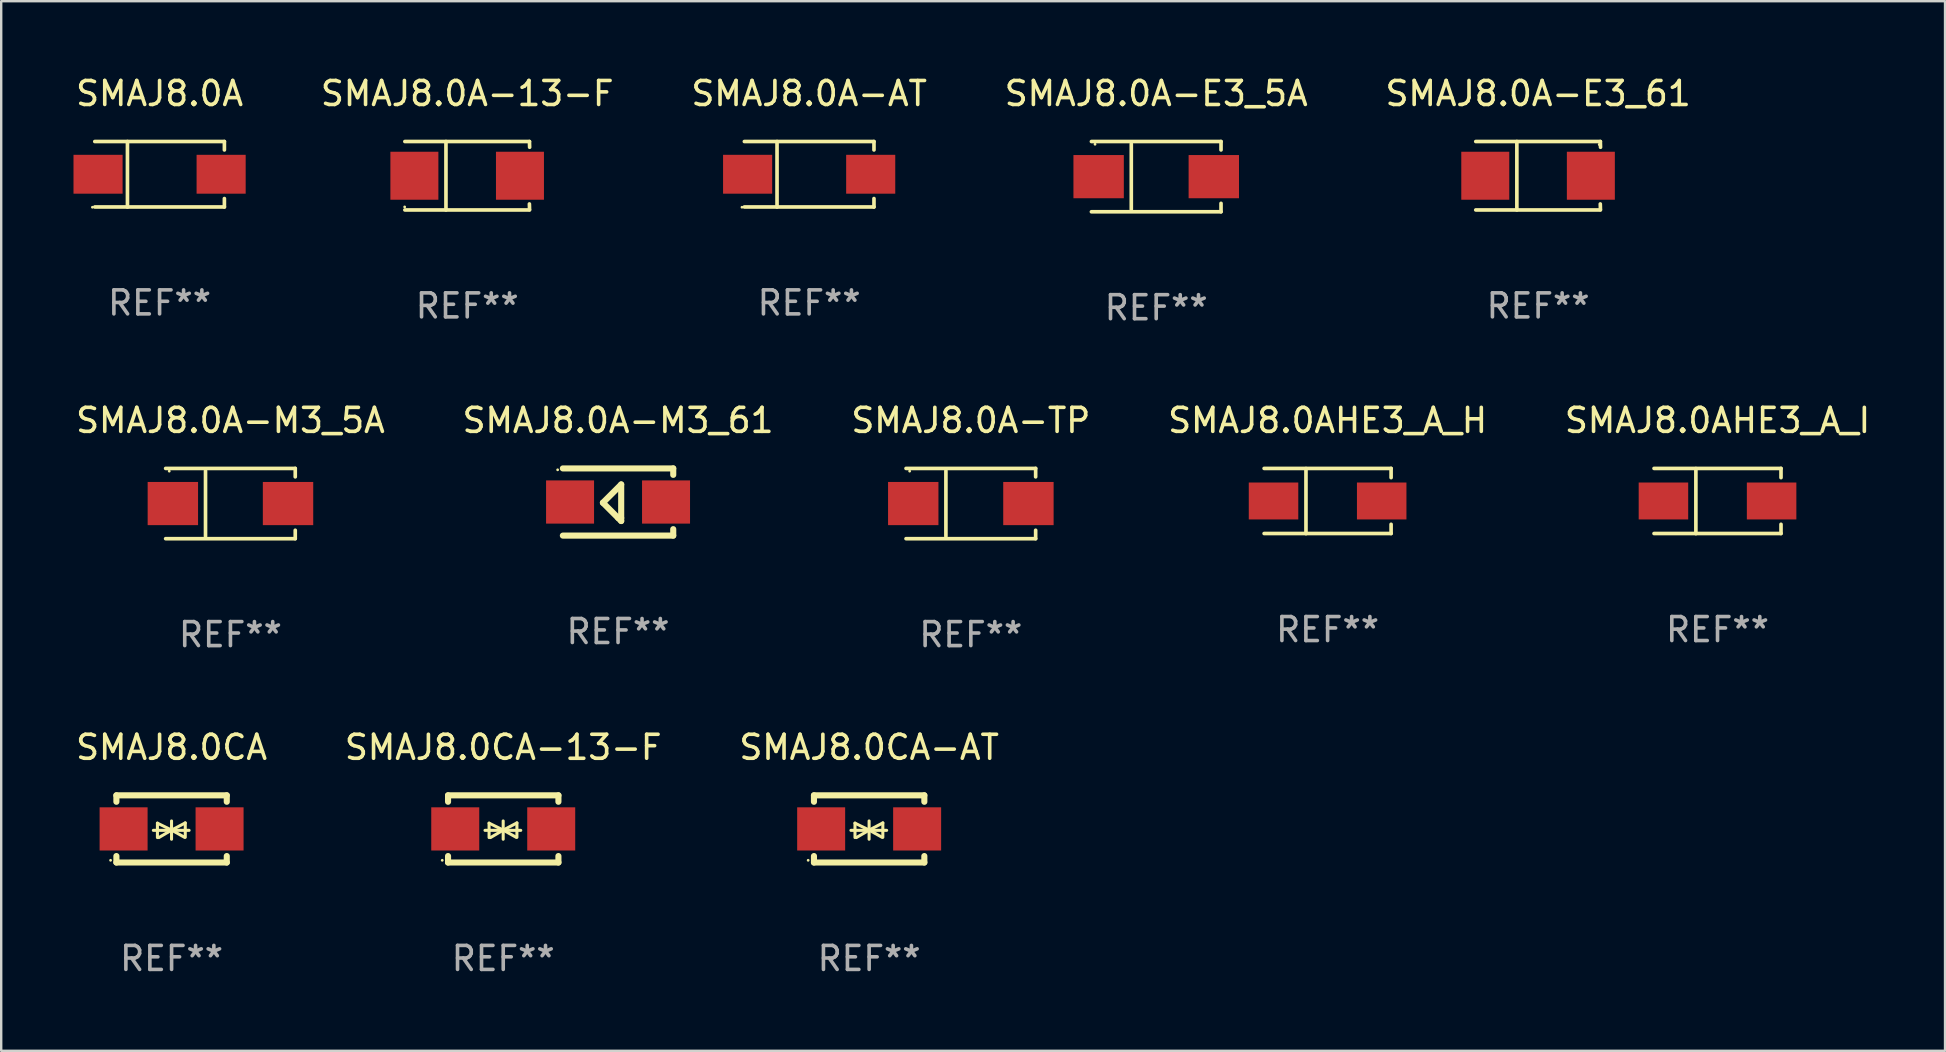
<source format=kicad_pcb>
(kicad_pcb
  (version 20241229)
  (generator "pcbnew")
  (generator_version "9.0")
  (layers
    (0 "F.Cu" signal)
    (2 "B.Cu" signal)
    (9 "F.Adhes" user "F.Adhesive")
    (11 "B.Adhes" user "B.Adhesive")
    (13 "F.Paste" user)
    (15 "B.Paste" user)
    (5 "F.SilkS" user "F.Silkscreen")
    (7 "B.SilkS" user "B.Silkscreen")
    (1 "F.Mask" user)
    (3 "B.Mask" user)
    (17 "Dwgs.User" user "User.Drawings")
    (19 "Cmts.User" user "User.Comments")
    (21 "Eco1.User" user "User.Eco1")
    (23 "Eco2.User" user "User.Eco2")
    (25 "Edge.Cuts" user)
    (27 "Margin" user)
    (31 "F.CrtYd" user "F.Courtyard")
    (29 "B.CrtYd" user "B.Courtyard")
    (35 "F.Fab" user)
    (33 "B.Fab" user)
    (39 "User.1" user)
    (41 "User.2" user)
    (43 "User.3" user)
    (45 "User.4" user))
  (footprint "SMAJ8.0CA"
    (layer "F.Cu")
    (at 4.101 31.496)
    (property "Reference" "SMAJ8.0CA" (at 0 -3.4 0) (layer "F.SilkS") (effects (font (size 1 1) (thickness 0.15))))
    (attr through_hole)
    (fp_line (start -2.3 -1.4) (end -2.3 -1.131) (stroke (width 0.254) (type solid)) (layer "F.SilkS"))
    (fp_line (start -2.3 -1.4) (end 2.3 -1.4) (stroke (width 0.254) (type solid)) (layer "F.SilkS"))
    (fp_line (start -2.3 1.131) (end -2.3 1.4) (stroke (width 0.254) (type solid)) (layer "F.SilkS"))
    (fp_line (start -2.3 1.4) (end 2.3 1.4) (stroke (width 0.254) (type solid)) (layer "F.SilkS"))
    (fp_line (start -0.76 0.06) (end 0.73 0.06) (stroke (width 0.127) (type solid)) (layer "F.SilkS"))
    (fp_line (start -0.59 -0.24) (end -0.59 0.36) (stroke (width 0.127) (type solid)) (layer "F.SilkS"))
    (fp_line (start -0.59 -0.24) (end -0.002 0.049) (stroke (width 0.127) (type solid)) (layer "F.SilkS"))
    (fp_line (start -0.53 0.36) (end -0.002 0.049) (stroke (width 0.127) (type solid)) (layer "F.SilkS"))
    (fp_line (start -0.002 0.049) (end -0.002 -0.332) (stroke (width 0.127) (type solid)) (layer "F.SilkS"))
    (fp_line (start -0.002 0.049) (end -0.002 0.43) (stroke (width 0.127) (type solid)) (layer "F.SilkS"))
    (fp_line (start 0.54 0.35) (end -0.002 0.049) (stroke (width 0.127) (type solid)) (layer "F.SilkS"))
    (fp_line (start 0.57 -0.25) (end -0.002 0.049) (stroke (width 0.127) (type solid)) (layer "F.SilkS"))
    (fp_line (start 0.57 -0.25) (end 0.57 0.35) (stroke (width 0.127) (type solid)) (layer "F.SilkS"))
    (fp_line (start 2.3 -1.4) (end 2.3 -1.131) (stroke (width 0.254) (type solid)) (layer "F.SilkS"))
    (fp_line (start 2.3 1.131) (end 2.3 1.4) (stroke (width 0.254) (type solid)) (layer "F.SilkS"))
    (fp_circle (center -2.542 1.308) (end -2.512 1.308) (stroke (width 0.06) (type solid)) (fill no) (layer "F.SilkS"))
    (fp_text user "REF**" (at 0 5.4 0) (layer "F.Fab") (effects (font (size 1 1) (thickness 0.15))))
    (pad "1" smd rect (at -2 0) (size 2 1.8) (layers "F.Cu" "F.Mask" "F.Paste"))
    (pad "2" smd rect (at 2 0) (size 2 1.8) (layers "F.Cu" "F.Mask" "F.Paste")))
  (footprint "SMAJ8.0A-M3_61"
    (layer "F.Cu")
    (at 22.708 17.872)
    (property "Reference" "SMAJ8.0A-M3_61" (at 0 -3.4 0) (layer "F.SilkS") (effects (font (size 1 1) (thickness 0.15))))
    (attr through_hole)
    (fp_line (start -2.3 -1.4) (end 2.3 -1.4) (stroke (width 0.254) (type solid)) (layer "F.SilkS"))
    (fp_line (start -2.3 1.4) (end 2.3 1.4) (stroke (width 0.254) (type solid)) (layer "F.SilkS"))
    (fp_line (start -0.631 0.03) (end 0.131 -0.732) (stroke (width 0.254) (type solid)) (layer "F.SilkS"))
    (fp_line (start 0.004 0.665) (end -0.631 0.03) (stroke (width 0.254) (type solid)) (layer "F.SilkS"))
    (fp_line (start 0.131 -0.732) (end 0.131 0.665) (stroke (width 0.254) (type solid)) (layer "F.SilkS"))
    (fp_line (start 0.131 0.665) (end 0.131 0.792) (stroke (width 0.254) (type solid)) (layer "F.SilkS"))
    (fp_line (start 0.131 0.792) (end 0.004 0.665) (stroke (width 0.254) (type solid)) (layer "F.SilkS"))
    (fp_line (start 2.3 -1.4) (end 2.3 -1.131) (stroke (width 0.254) (type solid)) (layer "F.SilkS"))
    (fp_line (start 2.3 1.131) (end 2.3 1.4) (stroke (width 0.254) (type solid)) (layer "F.SilkS"))
    (fp_circle (center -2.517 -1.342) (end -2.487 -1.342) (stroke (width 0.06) (type solid)) (fill no) (layer "F.SilkS"))
    (fp_text user "REF**" (at 0 5.4 0) (layer "F.Fab") (effects (font (size 1 1) (thickness 0.15))))
    (pad "1" smd rect (at -2 -0.000127) (size 2 1.8) (layers "F.Cu" "F.Mask" "F.Paste"))
    (pad "2" smd rect (at 2 -0.000127) (size 2 1.8) (layers "F.Cu" "F.Mask" "F.Paste")))
  (footprint "SMAJ8.0A-E3_61"
    (layer "F.Cu")
    (at 61.054 4.274)
    (property "Reference" "SMAJ8.0A-E3_61" (at 0 -3.426 0) (layer "F.SilkS") (effects (font (size 1 1) (thickness 0.15))))
    (attr through_hole)
    (fp_line (start -2.6 -1.426) (end 2.593 -1.426) (stroke (width 0.152) (type solid)) (layer "F.SilkS"))
    (fp_line (start -2.6 1.426) (end 2.593 1.426) (stroke (width 0.152) (type solid)) (layer "F.SilkS"))
    (fp_line (start -0.887 -1.426) (end -0.887 1.426) (stroke (width 0.152) (type solid)) (layer "F.SilkS"))
    (fp_line (start 2.59 1.176) (end 2.597 1.415) (stroke (width 0.152) (type solid)) (layer "F.SilkS"))
    (fp_line (start 2.593 -1.426) (end 2.6 -1.187) (stroke (width 0.152) (type solid)) (layer "F.SilkS"))
    (fp_circle (center 2.547 -1.3) (end 2.577 -1.3) (stroke (width 0.06) (type solid)) (fill no) (layer "F.SilkS"))
    (fp_text user "REF**" (at 0 5.426 0) (layer "F.Fab") (effects (font (size 1 1) (thickness 0.15))))
    (pad "1" smd rect (at 2.197 -0.000025 180) (size 2 2) (layers "F.Cu" "F.Mask" "F.Paste"))
    (pad "2" smd rect (at -2.203 -0.000025 180) (size 2 2) (layers "F.Cu" "F.Mask" "F.Paste")))
  (footprint "SMAJ8.0A-AT"
    (layer "F.Cu")
    (at 30.673 4.212)
    (property "Reference" "SMAJ8.0A-AT" (at 0 -3.364 0) (layer "F.SilkS") (effects (font (size 1 1) (thickness 0.15))))
    (attr through_hole)
    (fp_line (start -2.701 -1.364) (end 2.701 -1.364) (stroke (width 0.152) (type solid)) (layer "F.SilkS"))
    (fp_line (start -2.701 1.364) (end 2.701 1.364) (stroke (width 0.152) (type solid)) (layer "F.SilkS"))
    (fp_line (start -1.339 -1.364) (end -1.339 1.364) (stroke (width 0.152) (type solid)) (layer "F.SilkS"))
    (fp_line (start 2.701 -1.364) (end 2.701 -1.013) (stroke (width 0.152) (type solid)) (layer "F.SilkS"))
    (fp_line (start 2.701 1.364) (end 2.701 1.013) (stroke (width 0.152) (type solid)) (layer "F.SilkS"))
    (fp_circle (center -2.8 1.375) (end -2.77 1.375) (stroke (width 0.06) (type solid)) (fill no) (layer "F.SilkS"))
    (fp_text user "REF**" (at 0 5.364 0) (layer "F.Fab") (effects (font (size 1 1) (thickness 0.15))))
    (pad "1" smd rect (at -2.565 -0.000025) (size 2.046 1.62) (layers "F.Cu" "F.Mask" "F.Paste"))
    (pad "2" smd rect (at 2.565 -0.000025) (size 2.046 1.62) (layers "F.Cu" "F.Mask" "F.Paste")))
  (footprint "SMAJ8.0CA-AT"
    (layer "F.Cu")
    (at 33.173 31.496)
    (property "Reference" "SMAJ8.0CA-AT" (at 0 -3.4 0) (layer "F.SilkS") (effects (font (size 1 1) (thickness 0.15))))
    (attr through_hole)
    (fp_line (start -2.3 -1.4) (end -2.3 -1.131) (stroke (width 0.254) (type solid)) (layer "F.SilkS"))
    (fp_line (start -2.3 -1.4) (end 2.3 -1.4) (stroke (width 0.254) (type solid)) (layer "F.SilkS"))
    (fp_line (start -2.3 1.131) (end -2.3 1.4) (stroke (width 0.254) (type solid)) (layer "F.SilkS"))
    (fp_line (start -2.3 1.4) (end 2.3 1.4) (stroke (width 0.254) (type solid)) (layer "F.SilkS"))
    (fp_line (start -0.76 0.06) (end 0.73 0.06) (stroke (width 0.127) (type solid)) (layer "F.SilkS"))
    (fp_line (start -0.59 -0.24) (end -0.59 0.36) (stroke (width 0.127) (type solid)) (layer "F.SilkS"))
    (fp_line (start -0.59 -0.24) (end -0.002 0.049) (stroke (width 0.127) (type solid)) (layer "F.SilkS"))
    (fp_line (start -0.53 0.36) (end -0.002 0.049) (stroke (width 0.127) (type solid)) (layer "F.SilkS"))
    (fp_line (start -0.002 0.049) (end -0.002 -0.332) (stroke (width 0.127) (type solid)) (layer "F.SilkS"))
    (fp_line (start -0.002 0.049) (end -0.002 0.43) (stroke (width 0.127) (type solid)) (layer "F.SilkS"))
    (fp_line (start 0.54 0.35) (end -0.002 0.049) (stroke (width 0.127) (type solid)) (layer "F.SilkS"))
    (fp_line (start 0.57 -0.25) (end -0.002 0.049) (stroke (width 0.127) (type solid)) (layer "F.SilkS"))
    (fp_line (start 0.57 -0.25) (end 0.57 0.35) (stroke (width 0.127) (type solid)) (layer "F.SilkS"))
    (fp_line (start 2.3 -1.4) (end 2.3 -1.131) (stroke (width 0.254) (type solid)) (layer "F.SilkS"))
    (fp_line (start 2.3 1.131) (end 2.3 1.4) (stroke (width 0.254) (type solid)) (layer "F.SilkS"))
    (fp_circle (center -2.542 1.308) (end -2.512 1.308) (stroke (width 0.06) (type solid)) (fill no) (layer "F.SilkS"))
    (fp_text user "REF**" (at 0 5.4 0) (layer "F.Fab") (effects (font (size 1 1) (thickness 0.15))))
    (pad "1" smd rect (at -2 0) (size 2 1.8) (layers "F.Cu" "F.Mask" "F.Paste"))
    (pad "2" smd rect (at 2 0) (size 2 1.8) (layers "F.Cu" "F.Mask" "F.Paste")))
  (footprint "SMAJ8.0A-E3_5A"
    (layer "F.Cu")
    (at 45.137 4.312)
    (property "Reference" "SMAJ8.0A-E3_5A" (at 0 -3.464 0) (layer "F.SilkS") (effects (font (size 1 1) (thickness 0.15))))
    (attr through_hole)
    (fp_line (start -2.701 -1.464) (end 2.701 -1.464) (stroke (width 0.152) (type solid)) (layer "F.SilkS"))
    (fp_line (start -2.701 1.464) (end 2.701 1.464) (stroke (width 0.152) (type solid)) (layer "F.SilkS"))
    (fp_line (start -1.039 -1.364) (end -1.039 1.364) (stroke (width 0.152) (type solid)) (layer "F.SilkS"))
    (fp_line (start 2.701 -1.464) (end 2.701 -1.113) (stroke (width 0.152) (type solid)) (layer "F.SilkS"))
    (fp_line (start 2.701 1.464) (end 2.701 1.113) (stroke (width 0.152) (type solid)) (layer "F.SilkS"))
    (fp_circle (center -2.55 -1.35) (end -2.52 -1.35) (stroke (width 0.06) (type solid)) (fill no) (layer "F.SilkS"))
    (fp_text user "REF**" (at 0 5.464 0) (layer "F.Fab") (effects (font (size 1 1) (thickness 0.15))))
    (pad "1" smd rect (at -2.4 0) (size 2.1 1.8) (layers "F.Cu" "F.Mask" "F.Paste"))
    (pad "2" smd rect (at 2.4 0) (size 2.1 1.8) (layers "F.Cu" "F.Mask" "F.Paste")))
  (footprint "SMAJ8.0A"
    (layer "F.Cu")
    (at 3.601 4.212)
    (property "Reference" "SMAJ8.0A" (at 0 -3.364 0) (layer "F.SilkS") (effects (font (size 1 1) (thickness 0.15))))
    (attr through_hole)
    (fp_line (start -2.701 -1.364) (end 2.701 -1.364) (stroke (width 0.152) (type solid)) (layer "F.SilkS"))
    (fp_line (start -2.701 1.364) (end 2.701 1.364) (stroke (width 0.152) (type solid)) (layer "F.SilkS"))
    (fp_line (start -1.339 -1.364) (end -1.339 1.364) (stroke (width 0.152) (type solid)) (layer "F.SilkS"))
    (fp_line (start 2.701 -1.364) (end 2.701 -1.013) (stroke (width 0.152) (type solid)) (layer "F.SilkS"))
    (fp_line (start 2.701 1.364) (end 2.701 1.013) (stroke (width 0.152) (type solid)) (layer "F.SilkS"))
    (fp_circle (center -2.8 1.375) (end -2.77 1.375) (stroke (width 0.06) (type solid)) (fill no) (layer "F.SilkS"))
    (fp_text user "REF**" (at 0 5.364 0) (layer "F.Fab") (effects (font (size 1 1) (thickness 0.15))))
    (pad "1" smd rect (at -2.565 -0.000025) (size 2.046 1.62) (layers "F.Cu" "F.Mask" "F.Paste"))
    (pad "2" smd rect (at 2.565 -0.000025) (size 2.046 1.62) (layers "F.Cu" "F.Mask" "F.Paste")))
  (footprint "SMAJ8.0A-13-F"
    (layer "F.Cu")
    (at 16.423 4.274)
    (property "Reference" "SMAJ8.0A-13-F" (at 0 -3.426 0) (layer "F.SilkS") (effects (font (size 1 1) (thickness 0.15))))
    (attr through_hole)
    (fp_line (start -2.6 -1.426) (end 2.593 -1.426) (stroke (width 0.152) (type solid)) (layer "F.SilkS"))
    (fp_line (start -2.6 1.426) (end 2.593 1.426) (stroke (width 0.152) (type solid)) (layer "F.SilkS"))
    (fp_line (start -0.887 -1.426) (end -0.887 1.426) (stroke (width 0.152) (type solid)) (layer "F.SilkS"))
    (fp_line (start 2.59 1.176) (end 2.597 1.415) (stroke (width 0.152) (type solid)) (layer "F.SilkS"))
    (fp_line (start 2.593 -1.426) (end 2.6 -1.187) (stroke (width 0.152) (type solid)) (layer "F.SilkS"))
    (fp_circle (center -2.608 1.3) (end -2.578 1.3) (stroke (width 0.06) (type solid)) (fill no) (layer "F.SilkS"))
    (fp_text user "REF**" (at 0 5.426 0) (layer "F.Fab") (effects (font (size 1 1) (thickness 0.15))))
    (pad "1" smd rect (at -2.203 0 180) (size 2 2) (layers "F.Cu" "F.Mask" "F.Paste"))
    (pad "2" smd rect (at 2.197 0 180) (size 2 2) (layers "F.Cu" "F.Mask" "F.Paste")))
  (footprint "SMAJ8.0CA-13-F"
    (layer "F.Cu")
    (at 17.923 31.496)
    (property "Reference" "SMAJ8.0CA-13-F" (at 0 -3.4 0) (layer "F.SilkS") (effects (font (size 1 1) (thickness 0.15))))
    (attr through_hole)
    (fp_line (start -2.3 -1.4) (end -2.3 -1.131) (stroke (width 0.254) (type solid)) (layer "F.SilkS"))
    (fp_line (start -2.3 -1.4) (end 2.3 -1.4) (stroke (width 0.254) (type solid)) (layer "F.SilkS"))
    (fp_line (start -2.3 1.131) (end -2.3 1.4) (stroke (width 0.254) (type solid)) (layer "F.SilkS"))
    (fp_line (start -2.3 1.4) (end 2.3 1.4) (stroke (width 0.254) (type solid)) (layer "F.SilkS"))
    (fp_line (start -0.76 0.06) (end 0.73 0.06) (stroke (width 0.127) (type solid)) (layer "F.SilkS"))
    (fp_line (start -0.59 -0.24) (end -0.59 0.36) (stroke (width 0.127) (type solid)) (layer "F.SilkS"))
    (fp_line (start -0.59 -0.24) (end -0.002 0.049) (stroke (width 0.127) (type solid)) (layer "F.SilkS"))
    (fp_line (start -0.53 0.36) (end -0.002 0.049) (stroke (width 0.127) (type solid)) (layer "F.SilkS"))
    (fp_line (start -0.002 0.049) (end -0.002 -0.332) (stroke (width 0.127) (type solid)) (layer "F.SilkS"))
    (fp_line (start -0.002 0.049) (end -0.002 0.43) (stroke (width 0.127) (type solid)) (layer "F.SilkS"))
    (fp_line (start 0.54 0.35) (end -0.002 0.049) (stroke (width 0.127) (type solid)) (layer "F.SilkS"))
    (fp_line (start 0.57 -0.25) (end -0.002 0.049) (stroke (width 0.127) (type solid)) (layer "F.SilkS"))
    (fp_line (start 0.57 -0.25) (end 0.57 0.35) (stroke (width 0.127) (type solid)) (layer "F.SilkS"))
    (fp_line (start 2.3 -1.4) (end 2.3 -1.131) (stroke (width 0.254) (type solid)) (layer "F.SilkS"))
    (fp_line (start 2.3 1.131) (end 2.3 1.4) (stroke (width 0.254) (type solid)) (layer "F.SilkS"))
    (fp_circle (center -2.542 1.308) (end -2.512 1.308) (stroke (width 0.06) (type solid)) (fill no) (layer "F.SilkS"))
    (fp_text user "REF**" (at 0 5.4 0) (layer "F.Fab") (effects (font (size 1 1) (thickness 0.15))))
    (pad "1" smd rect (at -2 0) (size 2 1.8) (layers "F.Cu" "F.Mask" "F.Paste"))
    (pad "2" smd rect (at 2 0) (size 2 1.8) (layers "F.Cu" "F.Mask" "F.Paste")))
  (footprint "SMAJ8.0AHE3_A_H"
    (layer "F.Cu")
    (at 52.28 17.831)
    (property "Reference" "SMAJ8.0AHE3_A_H" (at 0 -3.359 0) (layer "F.SilkS") (effects (font (size 1 1) (thickness 0.15))))
    (attr through_hole)
    (fp_line (start -2.646 -1.359) (end 2.646 -1.359) (stroke (width 0.152) (type solid)) (layer "F.SilkS"))
    (fp_line (start -2.646 1.354) (end 2.646 1.354) (stroke (width 0.152) (type solid)) (layer "F.SilkS"))
    (fp_line (start -0.902 -1.354) (end -0.902 1.359) (stroke (width 0.152) (type solid)) (layer "F.SilkS"))
    (fp_line (start 2.646 -1.359) (end 2.646 -0.975) (stroke (width 0.152) (type solid)) (layer "F.SilkS"))
    (fp_line (start 2.646 1.354) (end 2.646 0.97) (stroke (width 0.152) (type solid)) (layer "F.SilkS"))
    (fp_circle (center 2.55 -1.352) (end 2.58 -1.352) (stroke (width 0.06) (type solid)) (fill no) (layer "F.SilkS"))
    (fp_text user "REF**" (at 0 5.359 0) (layer "F.Fab") (effects (font (size 1 1) (thickness 0.15))))
    (pad "1" smd rect (at 2.254 -0.002) (size 2.063 1.539) (layers "F.Cu" "F.Mask" "F.Paste"))
    (pad "2" smd rect (at -2.254 -0.002) (size 2.063 1.539) (layers "F.Cu" "F.Mask" "F.Paste")))
  (footprint "SMAJ8.0AHE3_A_I"
    (layer "F.Cu")
    (at 68.53 17.831)
    (property "Reference" "SMAJ8.0AHE3_A_I" (at 0 -3.359 0) (layer "F.SilkS") (effects (font (size 1 1) (thickness 0.15))))
    (attr through_hole)
    (fp_line (start -2.646 -1.359) (end 2.646 -1.359) (stroke (width 0.152) (type solid)) (layer "F.SilkS"))
    (fp_line (start -2.646 1.354) (end 2.646 1.354) (stroke (width 0.152) (type solid)) (layer "F.SilkS"))
    (fp_line (start -0.902 -1.354) (end -0.902 1.359) (stroke (width 0.152) (type solid)) (layer "F.SilkS"))
    (fp_line (start 2.646 -1.359) (end 2.646 -0.975) (stroke (width 0.152) (type solid)) (layer "F.SilkS"))
    (fp_line (start 2.646 1.354) (end 2.646 0.97) (stroke (width 0.152) (type solid)) (layer "F.SilkS"))
    (fp_circle (center 2.55 -1.352) (end 2.58 -1.352) (stroke (width 0.06) (type solid)) (fill no) (layer "F.SilkS"))
    (fp_text user "REF**" (at 0 5.359 0) (layer "F.Fab") (effects (font (size 1 1) (thickness 0.15))))
    (pad "1" smd rect (at 2.254 -0.002) (size 2.063 1.539) (layers "F.Cu" "F.Mask" "F.Paste"))
    (pad "2" smd rect (at -2.254 -0.002) (size 2.063 1.539) (layers "F.Cu" "F.Mask" "F.Paste")))
  (footprint "SMAJ8.0A-TP"
    (layer "F.Cu")
    (at 37.411 17.936)
    (property "Reference" "SMAJ8.0A-TP" (at 0 -3.464 0) (layer "F.SilkS") (effects (font (size 1 1) (thickness 0.15))))
    (attr through_hole)
    (fp_line (start -2.701 -1.464) (end 2.701 -1.464) (stroke (width 0.152) (type solid)) (layer "F.SilkS"))
    (fp_line (start -2.701 1.464) (end 2.701 1.464) (stroke (width 0.152) (type solid)) (layer "F.SilkS"))
    (fp_line (start -1.039 -1.364) (end -1.039 1.364) (stroke (width 0.152) (type solid)) (layer "F.SilkS"))
    (fp_line (start 2.701 -1.464) (end 2.701 -1.113) (stroke (width 0.152) (type solid)) (layer "F.SilkS"))
    (fp_line (start 2.701 1.464) (end 2.701 1.113) (stroke (width 0.152) (type solid)) (layer "F.SilkS"))
    (fp_circle (center -2.55 -1.35) (end -2.52 -1.35) (stroke (width 0.06) (type solid)) (fill no) (layer "F.SilkS"))
    (fp_text user "REF**" (at 0 5.464 0) (layer "F.Fab") (effects (font (size 1 1) (thickness 0.15))))
    (pad "1" smd rect (at -2.4 0) (size 2.1 1.8) (layers "F.Cu" "F.Mask" "F.Paste"))
    (pad "2" smd rect (at 2.4 0) (size 2.1 1.8) (layers "F.Cu" "F.Mask" "F.Paste")))
  (footprint "SMAJ8.0A-M3_5A"
    (layer "F.Cu")
    (at 6.554 17.936)
    (property "Reference" "SMAJ8.0A-M3_5A" (at 0 -3.464 0) (layer "F.SilkS") (effects (font (size 1 1) (thickness 0.15))))
    (attr through_hole)
    (fp_line (start -2.701 -1.464) (end 2.701 -1.464) (stroke (width 0.152) (type solid)) (layer "F.SilkS"))
    (fp_line (start -2.701 1.464) (end 2.701 1.464) (stroke (width 0.152) (type solid)) (layer "F.SilkS"))
    (fp_line (start -1.039 -1.364) (end -1.039 1.364) (stroke (width 0.152) (type solid)) (layer "F.SilkS"))
    (fp_line (start 2.701 -1.464) (end 2.701 -1.113) (stroke (width 0.152) (type solid)) (layer "F.SilkS"))
    (fp_line (start 2.701 1.464) (end 2.701 1.113) (stroke (width 0.152) (type solid)) (layer "F.SilkS"))
    (fp_circle (center -2.55 -1.35) (end -2.52 -1.35) (stroke (width 0.06) (type solid)) (fill no) (layer "F.SilkS"))
    (fp_text user "REF**" (at 0 5.464 0) (layer "F.Fab") (effects (font (size 1 1) (thickness 0.15))))
    (pad "1" smd rect (at -2.4 0) (size 2.1 1.8) (layers "F.Cu" "F.Mask" "F.Paste"))
    (pad "2" smd rect (at 2.4 0) (size 2.1 1.8) (layers "F.Cu" "F.Mask" "F.Paste")))
  (gr_rect
    (start -3 -3)
    (end 78.012 40.744)
    (stroke (width 0.1) (type default))
    (fill no)
    (layer "Edge.Cuts")))
</source>
